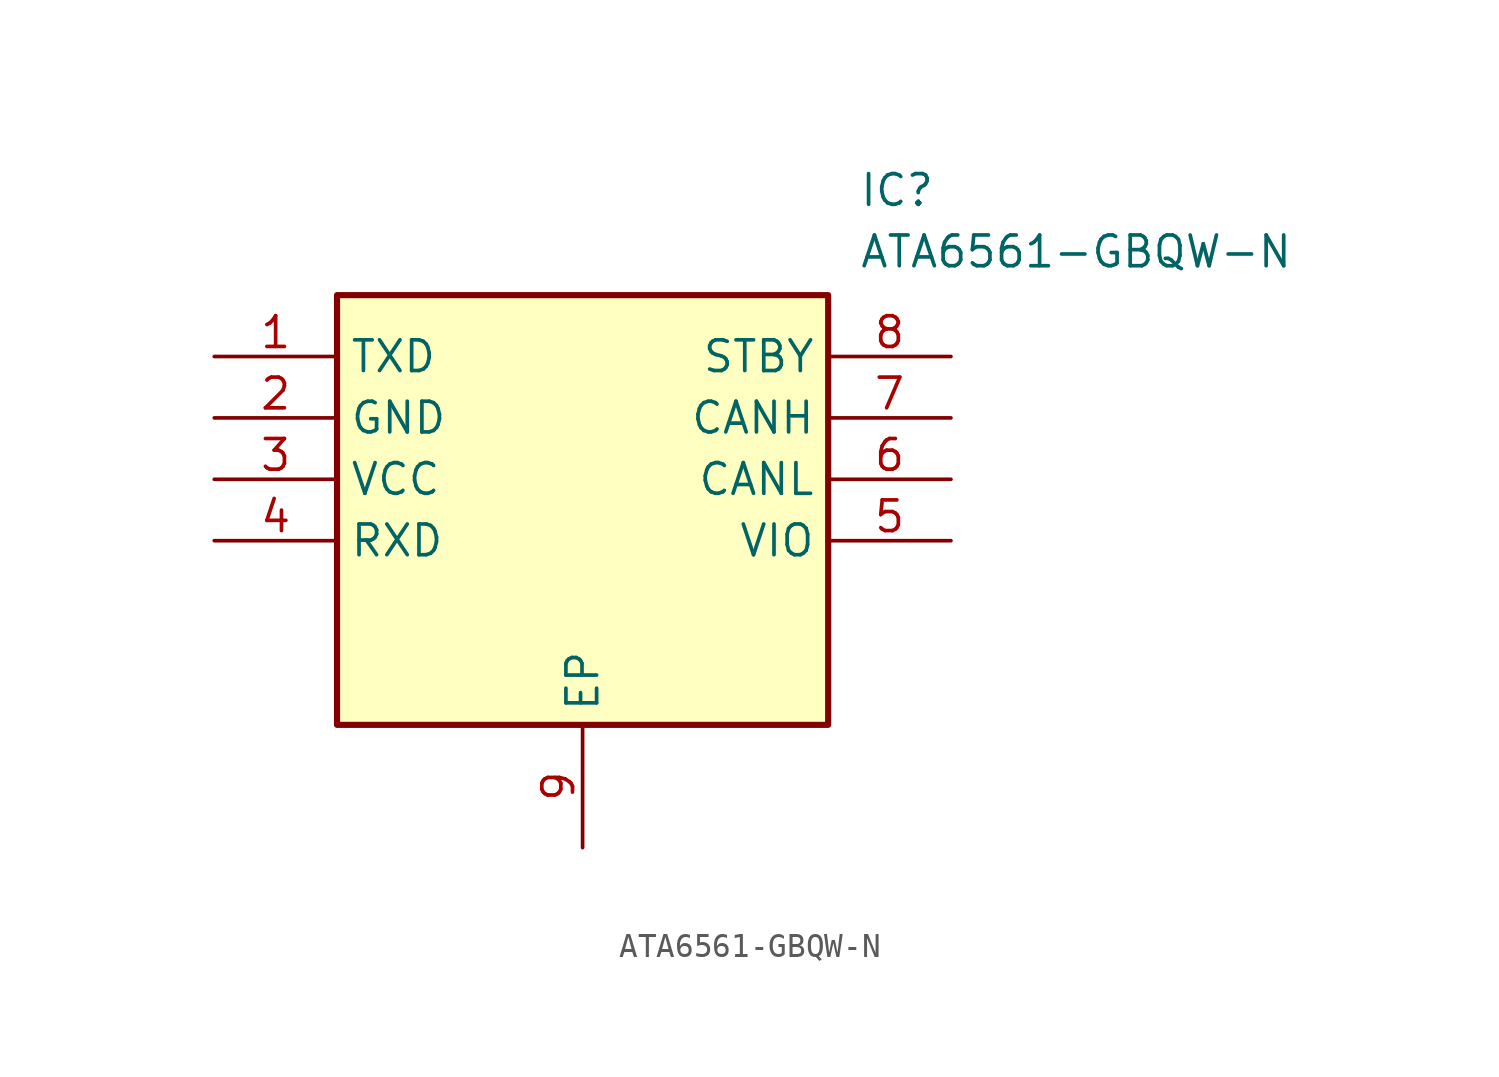
<source format=kicad_sym>
(kicad_symbol_lib
  (version 20211014)
  (generator SamacSys_ECAD_Model)
  (symbol "ATA6561-GBQW-N"
    (property "Reference" "IC"
      (at 26.67 7.62 0)
      (effects (font (size 1.27 1.27)) (justify left top)))
    (property "Value" "ATA6561-GBQW-N"
      (at 26.67 5.08 0)
      (effects (font (size 1.27 1.27)) (justify left top)))
    (rectangle
      (start 5.08 2.54)
      (end 25.4 -15.24)
      (stroke (width 0.254) (type default))
      (fill (type background)))
    (pin passive line
      (at 0 0 0)
      (length 5.08)
      (name "TXD" (effects (font (size 1.27 1.27))))
      (number "1" (effects (font (size 1.27 1.27)))))
    (pin passive line
      (at 0 -2.54 0)
      (length 5.08)
      (name "GND" (effects (font (size 1.27 1.27))))
      (number "2" (effects (font (size 1.27 1.27)))))
    (pin passive line
      (at 0 -5.08 0)
      (length 5.08)
      (name "VCC" (effects (font (size 1.27 1.27))))
      (number "3" (effects (font (size 1.27 1.27)))))
    (pin passive line
      (at 0 -7.62 0)
      (length 5.08)
      (name "RXD" (effects (font (size 1.27 1.27))))
      (number "4" (effects (font (size 1.27 1.27)))))
    (pin passive line
      (at 15.24 -20.32 90)
      (length 5.08)
      (name "EP" (effects (font (size 1.27 1.27))))
      (number "9" (effects (font (size 1.27 1.27)))))
    (pin passive line
      (at 30.48 0 180)
      (length 5.08)
      (name "STBY" (effects (font (size 1.27 1.27))))
      (number "8" (effects (font (size 1.27 1.27)))))
    (pin passive line
      (at 30.48 -2.54 180)
      (length 5.08)
      (name "CANH" (effects (font (size 1.27 1.27))))
      (number "7" (effects (font (size 1.27 1.27)))))
    (pin passive line
      (at 30.48 -5.08 180)
      (length 5.08)
      (name "CANL" (effects (font (size 1.27 1.27))))
      (number "6" (effects (font (size 1.27 1.27)))))
    (pin passive line
      (at 30.48 -7.62 180)
      (length 5.08)
      (name "VIO" (effects (font (size 1.27 1.27))))
      (number "5" (effects (font (size 1.27 1.27)))))))
</source>
